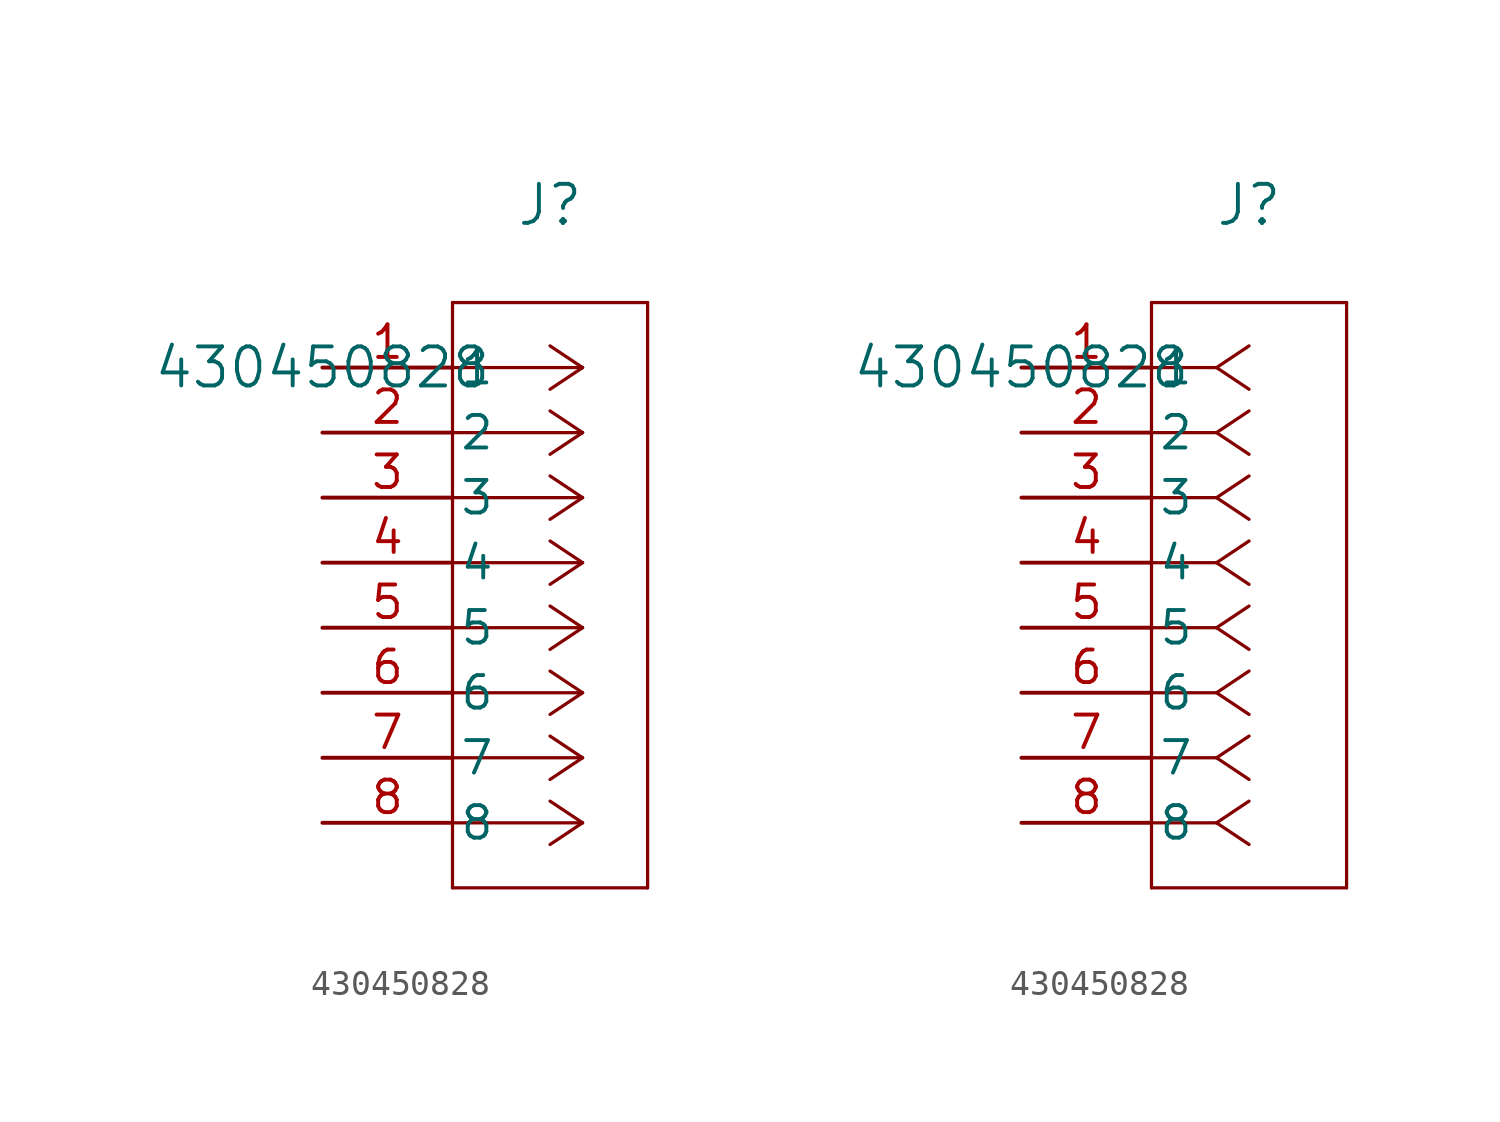
<source format=kicad_sym>
(kicad_symbol_lib
  (version 20211014)
  (generator kicad_symbol_editor)
  (symbol "430450828"
    (pin_names
      (offset 0.254))
    (property "Reference" "J"
      (at 8.89 6.35 0)
      (effects (font (size 1.524 1.524))))
    (property "Value" "430450828"
      (at 0 0 0)
      (effects (font (size 1.524 1.524))))
    (symbol "430450828_1_1"
      (polyline (pts (xy 10.16 0) (xy 5.08 0)) (stroke (width 0.127) (type default) (color 0 0 0 0)) (fill (type none)))
      (polyline (pts (xy 10.16 -2.54) (xy 5.08 -2.54)) (stroke (width 0.127) (type default) (color 0 0 0 0)) (fill (type none)))
      (polyline (pts (xy 10.16 -5.08) (xy 5.08 -5.08)) (stroke (width 0.127) (type default) (color 0 0 0 0)) (fill (type none)))
      (polyline (pts (xy 10.16 -7.62) (xy 5.08 -7.62)) (stroke (width 0.127) (type default) (color 0 0 0 0)) (fill (type none)))
      (polyline (pts (xy 10.16 -10.16) (xy 5.08 -10.16)) (stroke (width 0.127) (type default) (color 0 0 0 0)) (fill (type none)))
      (polyline (pts (xy 10.16 -12.7) (xy 5.08 -12.7)) (stroke (width 0.127) (type default) (color 0 0 0 0)) (fill (type none)))
      (polyline (pts (xy 10.16 -15.24) (xy 5.08 -15.24)) (stroke (width 0.127) (type default) (color 0 0 0 0)) (fill (type none)))
      (polyline (pts (xy 10.16 -17.78) (xy 5.08 -17.78)) (stroke (width 0.127) (type default) (color 0 0 0 0)) (fill (type none)))
      (polyline (pts (xy 10.16 0) (xy 8.89 0.847)) (stroke (width 0.127) (type default) (color 0 0 0 0)) (fill (type none)))
      (polyline (pts (xy 10.16 -2.54) (xy 8.89 -1.693)) (stroke (width 0.127) (type default) (color 0 0 0 0)) (fill (type none)))
      (polyline (pts (xy 10.16 -5.08) (xy 8.89 -4.233)) (stroke (width 0.127) (type default) (color 0 0 0 0)) (fill (type none)))
      (polyline (pts (xy 10.16 -7.62) (xy 8.89 -6.773)) (stroke (width 0.127) (type default) (color 0 0 0 0)) (fill (type none)))
      (polyline (pts (xy 10.16 -10.16) (xy 8.89 -9.313)) (stroke (width 0.127) (type default) (color 0 0 0 0)) (fill (type none)))
      (polyline (pts (xy 10.16 -12.7) (xy 8.89 -11.853)) (stroke (width 0.127) (type default) (color 0 0 0 0)) (fill (type none)))
      (polyline (pts (xy 10.16 -15.24) (xy 8.89 -14.393)) (stroke (width 0.127) (type default) (color 0 0 0 0)) (fill (type none)))
      (polyline (pts (xy 10.16 -17.78) (xy 8.89 -16.933)) (stroke (width 0.127) (type default) (color 0 0 0 0)) (fill (type none)))
      (polyline (pts (xy 10.16 0) (xy 8.89 -0.847)) (stroke (width 0.127) (type default) (color 0 0 0 0)) (fill (type none)))
      (polyline (pts (xy 10.16 -2.54) (xy 8.89 -3.387)) (stroke (width 0.127) (type default) (color 0 0 0 0)) (fill (type none)))
      (polyline (pts (xy 10.16 -5.08) (xy 8.89 -5.927)) (stroke (width 0.127) (type default) (color 0 0 0 0)) (fill (type none)))
      (polyline (pts (xy 10.16 -7.62) (xy 8.89 -8.467)) (stroke (width 0.127) (type default) (color 0 0 0 0)) (fill (type none)))
      (polyline (pts (xy 10.16 -10.16) (xy 8.89 -11.007)) (stroke (width 0.127) (type default) (color 0 0 0 0)) (fill (type none)))
      (polyline (pts (xy 10.16 -12.7) (xy 8.89 -13.547)) (stroke (width 0.127) (type default) (color 0 0 0 0)) (fill (type none)))
      (polyline (pts (xy 10.16 -15.24) (xy 8.89 -16.087)) (stroke (width 0.127) (type default) (color 0 0 0 0)) (fill (type none)))
      (polyline (pts (xy 10.16 -17.78) (xy 8.89 -18.627)) (stroke (width 0.127) (type default) (color 0 0 0 0)) (fill (type none)))
      (polyline (pts (xy 5.08 2.54) (xy 5.08 -20.32)) (stroke (width 0.127) (type default) (color 0 0 0 0)) (fill (type none)))
      (polyline (pts (xy 5.08 -20.32) (xy 12.7 -20.32)) (stroke (width 0.127) (type default) (color 0 0 0 0)) (fill (type none)))
      (polyline (pts (xy 12.7 -20.32) (xy 12.7 2.54)) (stroke (width 0.127) (type default) (color 0 0 0 0)) (fill (type none)))
      (polyline (pts (xy 12.7 2.54) (xy 5.08 2.54)) (stroke (width 0.127) (type default) (color 0 0 0 0)) (fill (type none)))
      (pin unspecified line (at 0 0 0) (length 5.08) (name "1" (effects (font (size 1.27 1.27)))) (number "1" (effects (font (size 1.27 1.27)))))
      (pin unspecified line (at 0 -2.54 0) (length 5.08) (name "2" (effects (font (size 1.27 1.27)))) (number "2" (effects (font (size 1.27 1.27)))))
      (pin unspecified line (at 0 -5.08 0) (length 5.08) (name "3" (effects (font (size 1.27 1.27)))) (number "3" (effects (font (size 1.27 1.27)))))
      (pin unspecified line (at 0 -7.62 0) (length 5.08) (name "4" (effects (font (size 1.27 1.27)))) (number "4" (effects (font (size 1.27 1.27)))))
      (pin unspecified line (at 0 -10.16 0) (length 5.08) (name "5" (effects (font (size 1.27 1.27)))) (number "5" (effects (font (size 1.27 1.27)))))
      (pin unspecified line (at 0 -12.7 0) (length 5.08) (name "6" (effects (font (size 1.27 1.27)))) (number "6" (effects (font (size 1.27 1.27)))))
      (pin unspecified line (at 0 -15.24 0) (length 5.08) (name "7" (effects (font (size 1.27 1.27)))) (number "7" (effects (font (size 1.27 1.27)))))
      (pin unspecified line (at 0 -17.78 0) (length 5.08) (name "8" (effects (font (size 1.27 1.27)))) (number "8" (effects (font (size 1.27 1.27))))))
    (symbol "430450828_1_2"
      (polyline (pts (xy 7.62 0) (xy 5.08 0)) (stroke (width 0.127) (type default) (color 0 0 0 0)) (fill (type none)))
      (polyline (pts (xy 7.62 -2.54) (xy 5.08 -2.54)) (stroke (width 0.127) (type default) (color 0 0 0 0)) (fill (type none)))
      (polyline (pts (xy 7.62 -5.08) (xy 5.08 -5.08)) (stroke (width 0.127) (type default) (color 0 0 0 0)) (fill (type none)))
      (polyline (pts (xy 7.62 -7.62) (xy 5.08 -7.62)) (stroke (width 0.127) (type default) (color 0 0 0 0)) (fill (type none)))
      (polyline (pts (xy 7.62 -10.16) (xy 5.08 -10.16)) (stroke (width 0.127) (type default) (color 0 0 0 0)) (fill (type none)))
      (polyline (pts (xy 7.62 -12.7) (xy 5.08 -12.7)) (stroke (width 0.127) (type default) (color 0 0 0 0)) (fill (type none)))
      (polyline (pts (xy 7.62 -15.24) (xy 5.08 -15.24)) (stroke (width 0.127) (type default) (color 0 0 0 0)) (fill (type none)))
      (polyline (pts (xy 7.62 -17.78) (xy 5.08 -17.78)) (stroke (width 0.127) (type default) (color 0 0 0 0)) (fill (type none)))
      (polyline (pts (xy 7.62 0) (xy 8.89 0.847)) (stroke (width 0.127) (type default) (color 0 0 0 0)) (fill (type none)))
      (polyline (pts (xy 7.62 -2.54) (xy 8.89 -1.693)) (stroke (width 0.127) (type default) (color 0 0 0 0)) (fill (type none)))
      (polyline (pts (xy 7.62 -5.08) (xy 8.89 -4.233)) (stroke (width 0.127) (type default) (color 0 0 0 0)) (fill (type none)))
      (polyline (pts (xy 7.62 -7.62) (xy 8.89 -6.773)) (stroke (width 0.127) (type default) (color 0 0 0 0)) (fill (type none)))
      (polyline (pts (xy 7.62 -10.16) (xy 8.89 -9.313)) (stroke (width 0.127) (type default) (color 0 0 0 0)) (fill (type none)))
      (polyline (pts (xy 7.62 -12.7) (xy 8.89 -11.853)) (stroke (width 0.127) (type default) (color 0 0 0 0)) (fill (type none)))
      (polyline (pts (xy 7.62 -15.24) (xy 8.89 -14.393)) (stroke (width 0.127) (type default) (color 0 0 0 0)) (fill (type none)))
      (polyline (pts (xy 7.62 -17.78) (xy 8.89 -16.933)) (stroke (width 0.127) (type default) (color 0 0 0 0)) (fill (type none)))
      (polyline (pts (xy 7.62 0) (xy 8.89 -0.847)) (stroke (width 0.127) (type default) (color 0 0 0 0)) (fill (type none)))
      (polyline (pts (xy 7.62 -2.54) (xy 8.89 -3.387)) (stroke (width 0.127) (type default) (color 0 0 0 0)) (fill (type none)))
      (polyline (pts (xy 7.62 -5.08) (xy 8.89 -5.927)) (stroke (width 0.127) (type default) (color 0 0 0 0)) (fill (type none)))
      (polyline (pts (xy 7.62 -7.62) (xy 8.89 -8.467)) (stroke (width 0.127) (type default) (color 0 0 0 0)) (fill (type none)))
      (polyline (pts (xy 7.62 -10.16) (xy 8.89 -11.007)) (stroke (width 0.127) (type default) (color 0 0 0 0)) (fill (type none)))
      (polyline (pts (xy 7.62 -12.7) (xy 8.89 -13.547)) (stroke (width 0.127) (type default) (color 0 0 0 0)) (fill (type none)))
      (polyline (pts (xy 7.62 -15.24) (xy 8.89 -16.087)) (stroke (width 0.127) (type default) (color 0 0 0 0)) (fill (type none)))
      (polyline (pts (xy 7.62 -17.78) (xy 8.89 -18.627)) (stroke (width 0.127) (type default) (color 0 0 0 0)) (fill (type none)))
      (polyline (pts (xy 5.08 2.54) (xy 5.08 -20.32)) (stroke (width 0.127) (type default) (color 0 0 0 0)) (fill (type none)))
      (polyline (pts (xy 5.08 -20.32) (xy 12.7 -20.32)) (stroke (width 0.127) (type default) (color 0 0 0 0)) (fill (type none)))
      (polyline (pts (xy 12.7 -20.32) (xy 12.7 2.54)) (stroke (width 0.127) (type default) (color 0 0 0 0)) (fill (type none)))
      (polyline (pts (xy 12.7 2.54) (xy 5.08 2.54)) (stroke (width 0.127) (type default) (color 0 0 0 0)) (fill (type none)))
      (pin unspecified line (at 0 0 0) (length 5.08) (name "1" (effects (font (size 1.27 1.27)))) (number "1" (effects (font (size 1.27 1.27)))))
      (pin unspecified line (at 0 -2.54 0) (length 5.08) (name "2" (effects (font (size 1.27 1.27)))) (number "2" (effects (font (size 1.27 1.27)))))
      (pin unspecified line (at 0 -5.08 0) (length 5.08) (name "3" (effects (font (size 1.27 1.27)))) (number "3" (effects (font (size 1.27 1.27)))))
      (pin unspecified line (at 0 -7.62 0) (length 5.08) (name "4" (effects (font (size 1.27 1.27)))) (number "4" (effects (font (size 1.27 1.27)))))
      (pin unspecified line (at 0 -10.16 0) (length 5.08) (name "5" (effects (font (size 1.27 1.27)))) (number "5" (effects (font (size 1.27 1.27)))))
      (pin unspecified line (at 0 -12.7 0) (length 5.08) (name "6" (effects (font (size 1.27 1.27)))) (number "6" (effects (font (size 1.27 1.27)))))
      (pin unspecified line (at 0 -15.24 0) (length 5.08) (name "7" (effects (font (size 1.27 1.27)))) (number "7" (effects (font (size 1.27 1.27)))))
      (pin unspecified line (at 0 -17.78 0) (length 5.08) (name "8" (effects (font (size 1.27 1.27)))) (number "8" (effects (font (size 1.27 1.27))))))))
</source>
